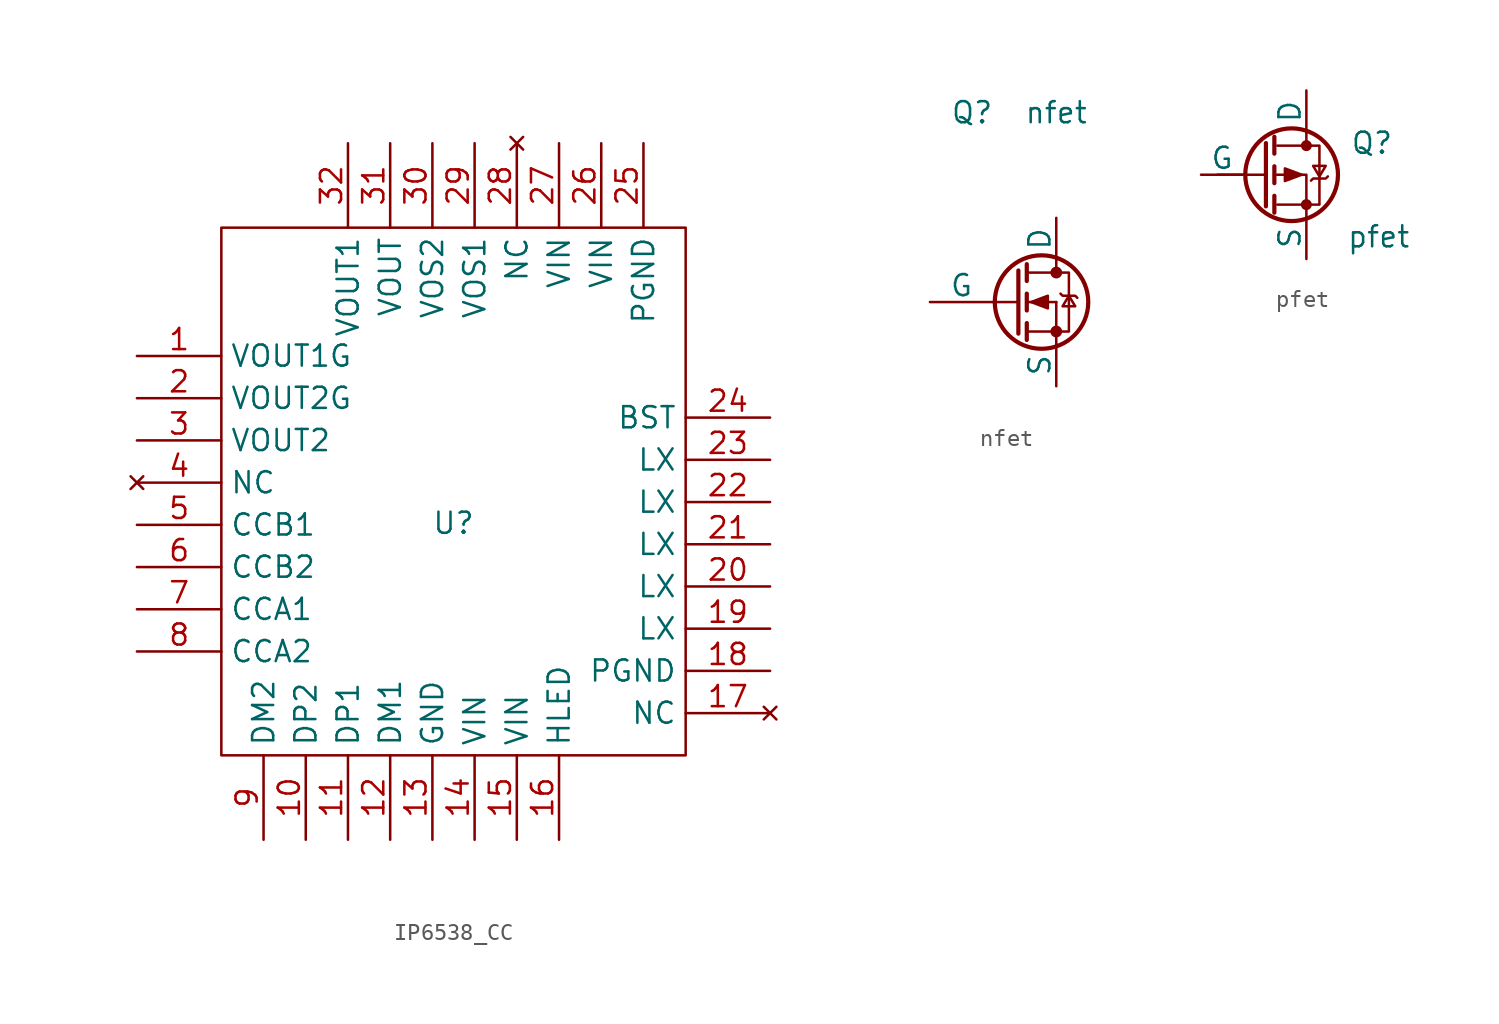
<source format=kicad_sym>
(kicad_symbol_lib
  (version 20231120)
  (generator "kicad_symbol_editor")
  (generator_version "8.0")
  (symbol "IP6538_CC"
    (property "Reference" "U"
      (at 0 0 0)
      (effects (font (size 1.27 1.27))))
    (property "Value" ""
      (at 0 0 0)
      (effects (font (size 1.27 1.27))))
    (symbol "IP6538_CC_0_1"
      (rectangle (start -13.97 17.78) (end 13.97 -13.97) (stroke (width 0) (type default)) (fill (type none))))
    (symbol "IP6538_CC_1_1"
      (pin output line (at -19.05 10.058 0) (length 5.08) (name "VOUT1G" (effects (font (size 1.27 1.27)))) (number "1" (effects (font (size 1.27 1.27)))))
      (pin output line (at -8.89 -19.05 90) (length 5.08) (name "DP2" (effects (font (size 1.27 1.27)))) (number "10" (effects (font (size 1.27 1.27)))))
      (pin input line (at -6.35 -19.05 90) (length 5.08) (name "DP1" (effects (font (size 1.27 1.27)))) (number "11" (effects (font (size 1.27 1.27)))))
      (pin bidirectional line (at -3.81 -19.05 90) (length 5.08) (name "DM1" (effects (font (size 1.27 1.27)))) (number "12" (effects (font (size 1.27 1.27)))))
      (pin bidirectional line (at -1.27 -19.05 90) (length 5.08) (name "GND" (effects (font (size 1.27 1.27)))) (number "13" (effects (font (size 1.27 1.27)))))
      (pin power_in line (at 1.27 -19.05 90) (length 5.08) (name "VIN" (effects (font (size 1.27 1.27)))) (number "14" (effects (font (size 1.27 1.27)))))
      (pin power_in line (at 3.81 -19.05 90) (length 5.08) (name "VIN" (effects (font (size 1.27 1.27)))) (number "15" (effects (font (size 1.27 1.27)))))
      (pin bidirectional line (at 6.35 -19.05 90) (length 5.08) (name "HLED" (effects (font (size 1.27 1.27)))) (number "16" (effects (font (size 1.27 1.27)))))
      (pin no_connect line (at 19.05 -11.43 180) (length 5.08) (name "NC" (effects (font (size 1.27 1.27)))) (number "17" (effects (font (size 1.27 1.27)))))
      (pin bidirectional line (at 19.05 -8.89 180) (length 5.08) (name "PGND" (effects (font (size 1.27 1.27)))) (number "18" (effects (font (size 1.27 1.27)))))
      (pin bidirectional line (at 19.05 -6.35 180) (length 5.08) (name "LX" (effects (font (size 1.27 1.27)))) (number "19" (effects (font (size 1.27 1.27)))))
      (pin bidirectional line (at -19.05 7.518 0) (length 5.08) (name "VOUT2G" (effects (font (size 1.27 1.27)))) (number "2" (effects (font (size 1.27 1.27)))))
      (pin bidirectional line (at 19.05 -3.81 180) (length 5.08) (name "LX" (effects (font (size 1.27 1.27)))) (number "20" (effects (font (size 1.27 1.27)))))
      (pin bidirectional line (at 19.05 -1.27 180) (length 5.08) (name "LX" (effects (font (size 1.27 1.27)))) (number "21" (effects (font (size 1.27 1.27)))))
      (pin bidirectional line (at 19.05 1.27 180) (length 5.08) (name "LX" (effects (font (size 1.27 1.27)))) (number "22" (effects (font (size 1.27 1.27)))))
      (pin bidirectional line (at 19.05 3.81 180) (length 5.08) (name "LX" (effects (font (size 1.27 1.27)))) (number "23" (effects (font (size 1.27 1.27)))))
      (pin bidirectional line (at 19.05 6.35 180) (length 5.08) (name "BST" (effects (font (size 1.27 1.27)))) (number "24" (effects (font (size 1.27 1.27)))))
      (pin power_in line (at 11.43 22.86 270) (length 5.08) (name "PGND" (effects (font (size 1.27 1.27)))) (number "25" (effects (font (size 1.27 1.27)))))
      (pin power_in line (at 8.89 22.86 270) (length 5.08) (name "VIN" (effects (font (size 1.27 1.27)))) (number "26" (effects (font (size 1.27 1.27)))))
      (pin power_in line (at 6.35 22.86 270) (length 5.08) (name "VIN" (effects (font (size 1.27 1.27)))) (number "27" (effects (font (size 1.27 1.27)))))
      (pin no_connect line (at 3.81 22.86 270) (length 5.08) (name "NC" (effects (font (size 1.27 1.27)))) (number "28" (effects (font (size 1.27 1.27)))))
      (pin bidirectional line (at 1.27 22.86 270) (length 5.08) (name "VOS1" (effects (font (size 1.27 1.27)))) (number "29" (effects (font (size 1.27 1.27)))))
      (pin power_in line (at -19.05 4.978 0) (length 5.08) (name "VOUT2" (effects (font (size 1.27 1.27)))) (number "3" (effects (font (size 1.27 1.27)))))
      (pin bidirectional line (at -1.27 22.86 270) (length 5.08) (name "VOS2" (effects (font (size 1.27 1.27)))) (number "30" (effects (font (size 1.27 1.27)))))
      (pin bidirectional line (at -3.81 22.86 270) (length 5.08) (name "VOUT" (effects (font (size 1.27 1.27)))) (number "31" (effects (font (size 1.27 1.27)))))
      (pin bidirectional line (at -6.35 22.86 270) (length 5.08) (name "VOUT1" (effects (font (size 1.27 1.27)))) (number "32" (effects (font (size 1.27 1.27)))))
      (pin no_connect line (at -19.05 2.438 0) (length 5.08) (name "NC" (effects (font (size 1.27 1.27)))) (number "4" (effects (font (size 1.27 1.27)))))
      (pin bidirectional line (at -19.05 -0.102 0) (length 5.08) (name "CCB1" (effects (font (size 1.27 1.27)))) (number "5" (effects (font (size 1.27 1.27)))))
      (pin bidirectional line (at -19.05 -2.642 0) (length 5.08) (name "CCB2" (effects (font (size 1.27 1.27)))) (number "6" (effects (font (size 1.27 1.27)))))
      (pin bidirectional line (at -19.05 -5.182 0) (length 5.08) (name "CCA1" (effects (font (size 1.27 1.27)))) (number "7" (effects (font (size 1.27 1.27)))))
      (pin bidirectional line (at -19.05 -7.722 0) (length 5.08) (name "CCA2" (effects (font (size 1.27 1.27)))) (number "8" (effects (font (size 1.27 1.27)))))
      (pin bidirectional line (at -11.43 -19.05 90) (length 5.08) (name "DM2" (effects (font (size 1.27 1.27)))) (number "9" (effects (font (size 1.27 1.27)))))))
  (symbol "nfet"
    (pin_numbers hide)
    (pin_names
      (offset 0))
    (property "Reference" "Q"
      (at -5.08 11.43 0)
      (effects (font (size 1.27 1.27))))
    (property "Value" "nfet"
      (at 0 11.43 0)
      (effects (font (size 1.27 1.27))))
    (symbol "nfet_1_1"
      (circle (center -0.889 0) (radius 2.819) (stroke (width 0.254) (type default)) (fill (type none)))
      (circle (center 0 -1.778) (radius 0.279) (stroke (width 0) (type default)) (fill (type outline)))
      (polyline (pts (xy -3.81 0) (xy -2.286 0)) (stroke (width 0) (type default)) (fill (type none)))
      (polyline (pts (xy -1.778 -1.778) (xy 0 -1.778)) (stroke (width 0) (type default)) (fill (type none)))
      (polyline (pts (xy -1.778 -1.27) (xy -1.778 -2.286)) (stroke (width 0.254) (type default)) (fill (type none)))
      (polyline (pts (xy -1.778 0) (xy 0 0)) (stroke (width 0) (type default)) (fill (type none)))
      (polyline (pts (xy -1.778 0.508) (xy -1.778 -0.508)) (stroke (width 0.254) (type default)) (fill (type none)))
      (polyline (pts (xy -1.778 1.778) (xy 0 1.778)) (stroke (width 0) (type default)) (fill (type none)))
      (polyline (pts (xy -1.778 2.286) (xy -1.778 1.27)) (stroke (width 0.254) (type default)) (fill (type none)))
      (polyline (pts (xy 0 -1.778) (xy 0 -2.54)) (stroke (width 0) (type default)) (fill (type none)))
      (polyline (pts (xy 0 -1.778) (xy 0 0)) (stroke (width 0) (type default)) (fill (type none)))
      (polyline (pts (xy 0 2.54) (xy 0 1.778)) (stroke (width 0) (type default)) (fill (type none)))
      (polyline (pts (xy -2.286 1.905) (xy -2.286 -1.905) (xy -2.286 -1.905)) (stroke (width 0.254) (type default)) (fill (type none)))
      (polyline (pts (xy -1.524 0) (xy -0.508 0.381) (xy -0.508 -0.381) (xy -1.524 0)) (stroke (width 0) (type default)) (fill (type outline)))
      (polyline (pts (xy 0 -1.778) (xy 0.762 -1.778) (xy 0.762 1.778) (xy 0 1.778)) (stroke (width 0) (type default)) (fill (type none)))
      (polyline (pts (xy 0.254 0.508) (xy 0.381 0.381) (xy 1.143 0.381) (xy 1.27 0.254)) (stroke (width 0) (type default)) (fill (type none)))
      (polyline (pts (xy 0.762 0.381) (xy 0.381 -0.254) (xy 1.143 -0.254) (xy 0.762 0.381)) (stroke (width 0) (type default)) (fill (type none)))
      (circle (center 0 1.778) (radius 0.279) (stroke (width 0) (type default)) (fill (type outline)))
      (pin passive line (at 0 -5.08 90) (length 2.54) (name "S" (effects (font (size 1.27 1.27)))) (number "1" (effects (font (size 1.27 1.27)))))
      (pin passive line (at 0 -5.08 90) (length 2.54) hide (name "S" (effects (font (size 1.27 1.27)))) (number "2" (effects (font (size 1.27 1.27)))))
      (pin passive line (at 0 -5.08 90) (length 2.54) hide (name "S" (effects (font (size 1.27 1.27)))) (number "3" (effects (font (size 1.27 1.27)))))
      (pin passive line (at -7.62 0 0) (length 3.81) (name "G" (effects (font (size 1.27 1.27)))) (number "4" (effects (font (size 1.27 1.27)))))
      (pin passive line (at 0 5.08 270) (length 2.54) (name "D" (effects (font (size 1.27 1.27)))) (number "5" (effects (font (size 1.27 1.27)))))
      (pin passive line (at 0 5.08 270) (length 2.54) hide (name "D" (effects (font (size 1.27 1.27)))) (number "6" (effects (font (size 1.27 1.27)))))
      (pin passive line (at 0 5.08 270) (length 2.54) hide (name "D" (effects (font (size 1.27 1.27)))) (number "7" (effects (font (size 1.27 1.27)))))
      (pin passive line (at 0 5.08 270) (length 2.54) hide (name "D" (effects (font (size 1.27 1.27)))) (number "8" (effects (font (size 1.27 1.27)))))))
  (symbol "pfet"
    (pin_numbers hide)
    (pin_names
      (offset 0))
    (property "Reference" "Q"
      (at 1.372 -10.795 0)
      (effects (font (size 1.27 1.27)) (justify left)))
    (property "Value" "pfet"
      (at 1.143 -16.434 0)
      (effects (font (size 1.27 1.27)) (justify left)))
    (symbol "pfet_0_0"
      (pin passive line (at -1.27 -17.78 90) (length 2.54) (name "S" (effects (font (size 1.27 1.27)))) (number "1" (effects (font (size 1.27 1.27)))))
      (pin passive line (at -1.27 -17.78 90) (length 2.54) hide (name "S" (effects (font (size 1.27 1.27)))) (number "2" (effects (font (size 1.27 1.27)))))
      (pin passive line (at -1.27 -17.78 90) (length 2.54) hide (name "S" (effects (font (size 1.27 1.27)))) (number "3" (effects (font (size 1.27 1.27)))))
      (pin passive line (at -7.62 -12.7 0) (length 2.54) (name "G" (effects (font (size 1.27 1.27)))) (number "4" (effects (font (size 1.27 1.27)))))
      (pin passive line (at -1.27 -7.62 270) (length 2.54) (name "D" (effects (font (size 1.27 1.27)))) (number "5" (effects (font (size 1.27 1.27)))))
      (pin passive line (at -1.27 -7.62 270) (length 2.54) hide (name "D" (effects (font (size 1.27 1.27)))) (number "6" (effects (font (size 1.27 1.27)))))
      (pin passive line (at -1.27 -7.62 270) (length 2.54) hide (name "D" (effects (font (size 1.27 1.27)))) (number "7" (effects (font (size 1.27 1.27)))))
      (pin passive line (at -1.27 -7.62 270) (length 2.54) hide (name "D" (effects (font (size 1.27 1.27)))) (number "8" (effects (font (size 1.27 1.27))))))
    (symbol "pfet_0_1"
      (circle (center -2.159 -12.7) (radius 2.794) (stroke (width 0.254) (type default)) (fill (type none)))
      (circle (center -1.27 -14.503) (radius 0.254) (stroke (width 0) (type default)) (fill (type outline)))
      (circle (center -1.27 -10.947) (radius 0.254) (stroke (width 0) (type default)) (fill (type outline)))
      (polyline (pts (xy -3.835 -12.7) (xy -6.629 -12.7)) (stroke (width 0) (type default)) (fill (type none)))
      (polyline (pts (xy -3.708 -10.795) (xy -3.708 -14.605)) (stroke (width 0.254) (type default)) (fill (type none)))
      (polyline (pts (xy -3.2 -13.97) (xy -3.2 -14.986)) (stroke (width 0.254) (type default)) (fill (type none)))
      (polyline (pts (xy -3.2 -12.192) (xy -3.2 -13.208)) (stroke (width 0.254) (type default)) (fill (type none)))
      (polyline (pts (xy -3.2 -10.414) (xy -3.2 -11.43)) (stroke (width 0.254) (type default)) (fill (type none)))
      (polyline (pts (xy -1.27 -10.16) (xy -1.27 -10.922)) (stroke (width 0) (type default)) (fill (type none)))
      (polyline (pts (xy -1.27 -15.24) (xy -1.27 -12.7) (xy -3.048 -12.7)) (stroke (width 0) (type default)) (fill (type none)))
      (polyline (pts (xy -3.023 -10.947) (xy -0.483 -10.947) (xy -0.483 -14.503) (xy -3.023 -14.503)) (stroke (width 0) (type default)) (fill (type none)))
      (polyline (pts (xy -1.549 -12.7) (xy -2.565 -12.319) (xy -2.565 -13.081) (xy -1.549 -12.7)) (stroke (width 0) (type default)) (fill (type outline)))
      (polyline (pts (xy -0.991 -13.056) (xy -0.864 -12.929) (xy -0.102 -12.929) (xy 0.025 -12.802)) (stroke (width 0) (type default)) (fill (type none)))
      (polyline (pts (xy -0.483 -12.802) (xy -0.864 -12.167) (xy -0.102 -12.167) (xy -0.483 -12.802)) (stroke (width 0) (type default)) (fill (type none))))))
</source>
